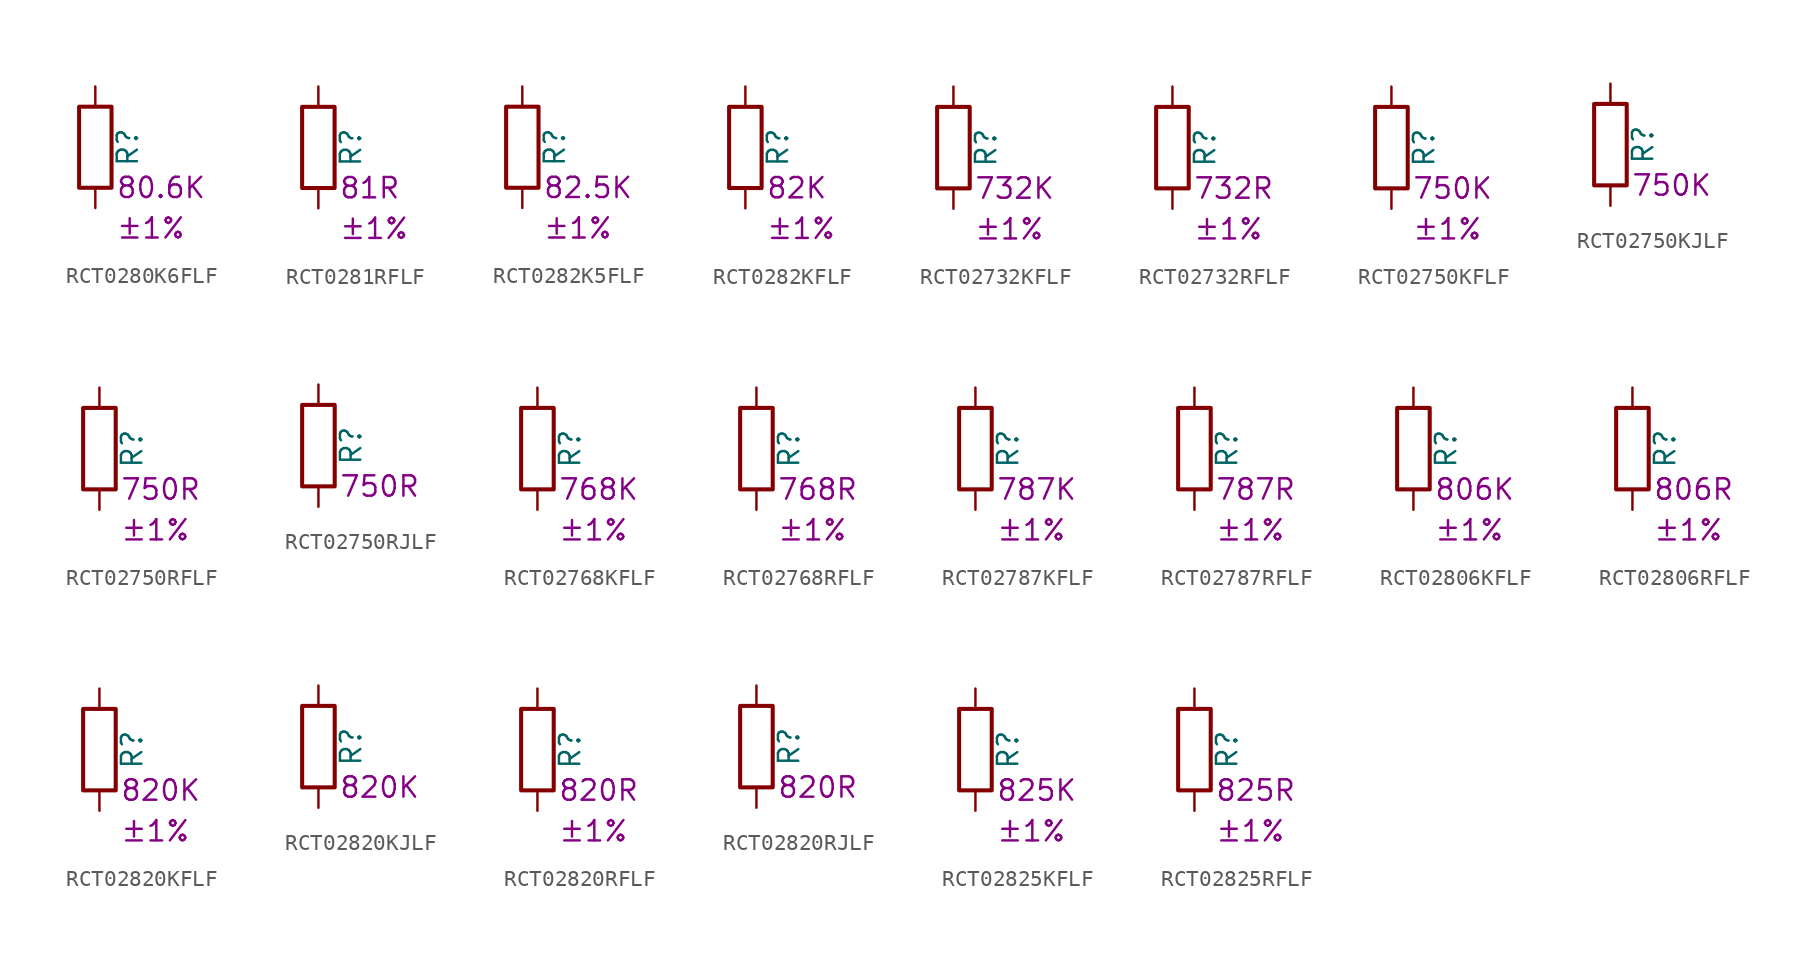
<source format=kicad_sym>
(kicad_symbol_lib
  (version 20220914)
  (generator kicad_symbol_editor)
  (symbol "RCT0280K6FLF"
    (pin_numbers hide)
    (pin_names
      (offset 0))
    (property "Reference" "R"
      (at 2.032 0 90)
      (effects (font (size 1.27 1.27))))
    (property "Resistance" "80.6K"
      (at 1.27 -2.54 0)
      (effects (font (size 1.27 1.27)) (justify left)))
    (property "Tolerance" "±1%"
      (at 1.27 -5.08 0)
      (effects (font (size 1.27 1.27)) (justify left)))
    (symbol "RCT0280K6FLF_0_1"
      (rectangle (start -1.016 -2.54) (end 1.016 2.54) (stroke (width 0.254) (type default)) (fill (type none))))
    (symbol "RCT0280K6FLF_1_1"
      (pin passive line (at 0 3.81 270) (length 1.27) (name "~" (effects (font (size 1.27 1.27)))) (number "1" (effects (font (size 1.27 1.27)))))
      (pin passive line (at 0 -3.81 90) (length 1.27) (name "~" (effects (font (size 1.27 1.27)))) (number "2" (effects (font (size 1.27 1.27)))))))
  (symbol "RCT0281RFLF"
    (pin_numbers hide)
    (pin_names
      (offset 0))
    (property "Reference" "R"
      (at 2.032 0 90)
      (effects (font (size 1.27 1.27))))
    (property "Resistance" "81R"
      (at 1.27 -2.54 0)
      (effects (font (size 1.27 1.27)) (justify left)))
    (property "Tolerance" "±1%"
      (at 1.27 -5.08 0)
      (effects (font (size 1.27 1.27)) (justify left)))
    (symbol "RCT0281RFLF_0_1"
      (rectangle (start -1.016 -2.54) (end 1.016 2.54) (stroke (width 0.254) (type default)) (fill (type none))))
    (symbol "RCT0281RFLF_1_1"
      (pin passive line (at 0 3.81 270) (length 1.27) (name "~" (effects (font (size 1.27 1.27)))) (number "1" (effects (font (size 1.27 1.27)))))
      (pin passive line (at 0 -3.81 90) (length 1.27) (name "~" (effects (font (size 1.27 1.27)))) (number "2" (effects (font (size 1.27 1.27)))))))
  (symbol "RCT0282K5FLF"
    (pin_numbers hide)
    (pin_names
      (offset 0))
    (property "Reference" "R"
      (at 2.032 0 90)
      (effects (font (size 1.27 1.27))))
    (property "Resistance" "82.5K"
      (at 1.27 -2.54 0)
      (effects (font (size 1.27 1.27)) (justify left)))
    (property "Tolerance" "±1%"
      (at 1.27 -5.08 0)
      (effects (font (size 1.27 1.27)) (justify left)))
    (symbol "RCT0282K5FLF_0_1"
      (rectangle (start -1.016 -2.54) (end 1.016 2.54) (stroke (width 0.254) (type default)) (fill (type none))))
    (symbol "RCT0282K5FLF_1_1"
      (pin passive line (at 0 3.81 270) (length 1.27) (name "~" (effects (font (size 1.27 1.27)))) (number "1" (effects (font (size 1.27 1.27)))))
      (pin passive line (at 0 -3.81 90) (length 1.27) (name "~" (effects (font (size 1.27 1.27)))) (number "2" (effects (font (size 1.27 1.27)))))))
  (symbol "RCT0282KFLF"
    (pin_numbers hide)
    (pin_names
      (offset 0))
    (property "Reference" "R"
      (at 2.032 0 90)
      (effects (font (size 1.27 1.27))))
    (property "Resistance" "82K"
      (at 1.27 -2.54 0)
      (effects (font (size 1.27 1.27)) (justify left)))
    (property "Tolerance" "±1%"
      (at 1.27 -5.08 0)
      (effects (font (size 1.27 1.27)) (justify left)))
    (symbol "RCT0282KFLF_0_1"
      (rectangle (start -1.016 -2.54) (end 1.016 2.54) (stroke (width 0.254) (type default)) (fill (type none))))
    (symbol "RCT0282KFLF_1_1"
      (pin passive line (at 0 3.81 270) (length 1.27) (name "~" (effects (font (size 1.27 1.27)))) (number "1" (effects (font (size 1.27 1.27)))))
      (pin passive line (at 0 -3.81 90) (length 1.27) (name "~" (effects (font (size 1.27 1.27)))) (number "2" (effects (font (size 1.27 1.27)))))))
  (symbol "RCT02732KFLF"
    (pin_numbers hide)
    (pin_names
      (offset 0))
    (property "Reference" "R"
      (at 2.032 0 90)
      (effects (font (size 1.27 1.27))))
    (property "Resistance" "732K"
      (at 1.27 -2.54 0)
      (effects (font (size 1.27 1.27)) (justify left)))
    (property "Tolerance" "±1%"
      (at 1.27 -5.08 0)
      (effects (font (size 1.27 1.27)) (justify left)))
    (symbol "RCT02732KFLF_0_1"
      (rectangle (start -1.016 -2.54) (end 1.016 2.54) (stroke (width 0.254) (type default)) (fill (type none))))
    (symbol "RCT02732KFLF_1_1"
      (pin passive line (at 0 3.81 270) (length 1.27) (name "~" (effects (font (size 1.27 1.27)))) (number "1" (effects (font (size 1.27 1.27)))))
      (pin passive line (at 0 -3.81 90) (length 1.27) (name "~" (effects (font (size 1.27 1.27)))) (number "2" (effects (font (size 1.27 1.27)))))))
  (symbol "RCT02732RFLF"
    (pin_numbers hide)
    (pin_names
      (offset 0))
    (property "Reference" "R"
      (at 2.032 0 90)
      (effects (font (size 1.27 1.27))))
    (property "Resistance" "732R"
      (at 1.27 -2.54 0)
      (effects (font (size 1.27 1.27)) (justify left)))
    (property "Tolerance" "±1%"
      (at 1.27 -5.08 0)
      (effects (font (size 1.27 1.27)) (justify left)))
    (symbol "RCT02732RFLF_0_1"
      (rectangle (start -1.016 -2.54) (end 1.016 2.54) (stroke (width 0.254) (type default)) (fill (type none))))
    (symbol "RCT02732RFLF_1_1"
      (pin passive line (at 0 3.81 270) (length 1.27) (name "~" (effects (font (size 1.27 1.27)))) (number "1" (effects (font (size 1.27 1.27)))))
      (pin passive line (at 0 -3.81 90) (length 1.27) (name "~" (effects (font (size 1.27 1.27)))) (number "2" (effects (font (size 1.27 1.27)))))))
  (symbol "RCT02750KFLF"
    (pin_numbers hide)
    (pin_names
      (offset 0))
    (property "Reference" "R"
      (at 2.032 0 90)
      (effects (font (size 1.27 1.27))))
    (property "Resistance" "750K"
      (at 1.27 -2.54 0)
      (effects (font (size 1.27 1.27)) (justify left)))
    (property "Tolerance" "±1%"
      (at 1.27 -5.08 0)
      (effects (font (size 1.27 1.27)) (justify left)))
    (symbol "RCT02750KFLF_0_1"
      (rectangle (start -1.016 -2.54) (end 1.016 2.54) (stroke (width 0.254) (type default)) (fill (type none))))
    (symbol "RCT02750KFLF_1_1"
      (pin passive line (at 0 3.81 270) (length 1.27) (name "~" (effects (font (size 1.27 1.27)))) (number "1" (effects (font (size 1.27 1.27)))))
      (pin passive line (at 0 -3.81 90) (length 1.27) (name "~" (effects (font (size 1.27 1.27)))) (number "2" (effects (font (size 1.27 1.27)))))))
  (symbol "RCT02750KJLF"
    (pin_numbers hide)
    (pin_names
      (offset 0))
    (property "Reference" "R"
      (at 2.032 0 90)
      (effects (font (size 1.27 1.27))))
    (property "Resistance" "750K"
      (at 1.27 -2.54 0)
      (effects (font (size 1.27 1.27)) (justify left)))
    (symbol "RCT02750KJLF_0_1"
      (rectangle (start -1.016 -2.54) (end 1.016 2.54) (stroke (width 0.254) (type default)) (fill (type none))))
    (symbol "RCT02750KJLF_1_1"
      (pin passive line (at 0 3.81 270) (length 1.27) (name "~" (effects (font (size 1.27 1.27)))) (number "1" (effects (font (size 1.27 1.27)))))
      (pin passive line (at 0 -3.81 90) (length 1.27) (name "~" (effects (font (size 1.27 1.27)))) (number "2" (effects (font (size 1.27 1.27)))))))
  (symbol "RCT02750RFLF"
    (pin_numbers hide)
    (pin_names
      (offset 0))
    (property "Reference" "R"
      (at 2.032 0 90)
      (effects (font (size 1.27 1.27))))
    (property "Resistance" "750R"
      (at 1.27 -2.54 0)
      (effects (font (size 1.27 1.27)) (justify left)))
    (property "Tolerance" "±1%"
      (at 1.27 -5.08 0)
      (effects (font (size 1.27 1.27)) (justify left)))
    (symbol "RCT02750RFLF_0_1"
      (rectangle (start -1.016 -2.54) (end 1.016 2.54) (stroke (width 0.254) (type default)) (fill (type none))))
    (symbol "RCT02750RFLF_1_1"
      (pin passive line (at 0 3.81 270) (length 1.27) (name "~" (effects (font (size 1.27 1.27)))) (number "1" (effects (font (size 1.27 1.27)))))
      (pin passive line (at 0 -3.81 90) (length 1.27) (name "~" (effects (font (size 1.27 1.27)))) (number "2" (effects (font (size 1.27 1.27)))))))
  (symbol "RCT02750RJLF"
    (pin_numbers hide)
    (pin_names
      (offset 0))
    (property "Reference" "R"
      (at 2.032 0 90)
      (effects (font (size 1.27 1.27))))
    (property "Resistance" "750R"
      (at 1.27 -2.54 0)
      (effects (font (size 1.27 1.27)) (justify left)))
    (symbol "RCT02750RJLF_0_1"
      (rectangle (start -1.016 -2.54) (end 1.016 2.54) (stroke (width 0.254) (type default)) (fill (type none))))
    (symbol "RCT02750RJLF_1_1"
      (pin passive line (at 0 3.81 270) (length 1.27) (name "~" (effects (font (size 1.27 1.27)))) (number "1" (effects (font (size 1.27 1.27)))))
      (pin passive line (at 0 -3.81 90) (length 1.27) (name "~" (effects (font (size 1.27 1.27)))) (number "2" (effects (font (size 1.27 1.27)))))))
  (symbol "RCT02768KFLF"
    (pin_numbers hide)
    (pin_names
      (offset 0))
    (property "Reference" "R"
      (at 2.032 0 90)
      (effects (font (size 1.27 1.27))))
    (property "Resistance" "768K"
      (at 1.27 -2.54 0)
      (effects (font (size 1.27 1.27)) (justify left)))
    (property "Tolerance" "±1%"
      (at 1.27 -5.08 0)
      (effects (font (size 1.27 1.27)) (justify left)))
    (symbol "RCT02768KFLF_0_1"
      (rectangle (start -1.016 -2.54) (end 1.016 2.54) (stroke (width 0.254) (type default)) (fill (type none))))
    (symbol "RCT02768KFLF_1_1"
      (pin passive line (at 0 3.81 270) (length 1.27) (name "~" (effects (font (size 1.27 1.27)))) (number "1" (effects (font (size 1.27 1.27)))))
      (pin passive line (at 0 -3.81 90) (length 1.27) (name "~" (effects (font (size 1.27 1.27)))) (number "2" (effects (font (size 1.27 1.27)))))))
  (symbol "RCT02768RFLF"
    (pin_numbers hide)
    (pin_names
      (offset 0))
    (property "Reference" "R"
      (at 2.032 0 90)
      (effects (font (size 1.27 1.27))))
    (property "Resistance" "768R"
      (at 1.27 -2.54 0)
      (effects (font (size 1.27 1.27)) (justify left)))
    (property "Tolerance" "±1%"
      (at 1.27 -5.08 0)
      (effects (font (size 1.27 1.27)) (justify left)))
    (symbol "RCT02768RFLF_0_1"
      (rectangle (start -1.016 -2.54) (end 1.016 2.54) (stroke (width 0.254) (type default)) (fill (type none))))
    (symbol "RCT02768RFLF_1_1"
      (pin passive line (at 0 3.81 270) (length 1.27) (name "~" (effects (font (size 1.27 1.27)))) (number "1" (effects (font (size 1.27 1.27)))))
      (pin passive line (at 0 -3.81 90) (length 1.27) (name "~" (effects (font (size 1.27 1.27)))) (number "2" (effects (font (size 1.27 1.27)))))))
  (symbol "RCT02787KFLF"
    (pin_numbers hide)
    (pin_names
      (offset 0))
    (property "Reference" "R"
      (at 2.032 0 90)
      (effects (font (size 1.27 1.27))))
    (property "Resistance" "787K"
      (at 1.27 -2.54 0)
      (effects (font (size 1.27 1.27)) (justify left)))
    (property "Tolerance" "±1%"
      (at 1.27 -5.08 0)
      (effects (font (size 1.27 1.27)) (justify left)))
    (symbol "RCT02787KFLF_0_1"
      (rectangle (start -1.016 -2.54) (end 1.016 2.54) (stroke (width 0.254) (type default)) (fill (type none))))
    (symbol "RCT02787KFLF_1_1"
      (pin passive line (at 0 3.81 270) (length 1.27) (name "~" (effects (font (size 1.27 1.27)))) (number "1" (effects (font (size 1.27 1.27)))))
      (pin passive line (at 0 -3.81 90) (length 1.27) (name "~" (effects (font (size 1.27 1.27)))) (number "2" (effects (font (size 1.27 1.27)))))))
  (symbol "RCT02787RFLF"
    (pin_numbers hide)
    (pin_names
      (offset 0))
    (property "Reference" "R"
      (at 2.032 0 90)
      (effects (font (size 1.27 1.27))))
    (property "Resistance" "787R"
      (at 1.27 -2.54 0)
      (effects (font (size 1.27 1.27)) (justify left)))
    (property "Tolerance" "±1%"
      (at 1.27 -5.08 0)
      (effects (font (size 1.27 1.27)) (justify left)))
    (symbol "RCT02787RFLF_0_1"
      (rectangle (start -1.016 -2.54) (end 1.016 2.54) (stroke (width 0.254) (type default)) (fill (type none))))
    (symbol "RCT02787RFLF_1_1"
      (pin passive line (at 0 3.81 270) (length 1.27) (name "~" (effects (font (size 1.27 1.27)))) (number "1" (effects (font (size 1.27 1.27)))))
      (pin passive line (at 0 -3.81 90) (length 1.27) (name "~" (effects (font (size 1.27 1.27)))) (number "2" (effects (font (size 1.27 1.27)))))))
  (symbol "RCT02806KFLF"
    (pin_numbers hide)
    (pin_names
      (offset 0))
    (property "Reference" "R"
      (at 2.032 0 90)
      (effects (font (size 1.27 1.27))))
    (property "Resistance" "806K"
      (at 1.27 -2.54 0)
      (effects (font (size 1.27 1.27)) (justify left)))
    (property "Tolerance" "±1%"
      (at 1.27 -5.08 0)
      (effects (font (size 1.27 1.27)) (justify left)))
    (symbol "RCT02806KFLF_0_1"
      (rectangle (start -1.016 -2.54) (end 1.016 2.54) (stroke (width 0.254) (type default)) (fill (type none))))
    (symbol "RCT02806KFLF_1_1"
      (pin passive line (at 0 3.81 270) (length 1.27) (name "~" (effects (font (size 1.27 1.27)))) (number "1" (effects (font (size 1.27 1.27)))))
      (pin passive line (at 0 -3.81 90) (length 1.27) (name "~" (effects (font (size 1.27 1.27)))) (number "2" (effects (font (size 1.27 1.27)))))))
  (symbol "RCT02806RFLF"
    (pin_numbers hide)
    (pin_names
      (offset 0))
    (property "Reference" "R"
      (at 2.032 0 90)
      (effects (font (size 1.27 1.27))))
    (property "Resistance" "806R"
      (at 1.27 -2.54 0)
      (effects (font (size 1.27 1.27)) (justify left)))
    (property "Tolerance" "±1%"
      (at 1.27 -5.08 0)
      (effects (font (size 1.27 1.27)) (justify left)))
    (symbol "RCT02806RFLF_0_1"
      (rectangle (start -1.016 -2.54) (end 1.016 2.54) (stroke (width 0.254) (type default)) (fill (type none))))
    (symbol "RCT02806RFLF_1_1"
      (pin passive line (at 0 3.81 270) (length 1.27) (name "~" (effects (font (size 1.27 1.27)))) (number "1" (effects (font (size 1.27 1.27)))))
      (pin passive line (at 0 -3.81 90) (length 1.27) (name "~" (effects (font (size 1.27 1.27)))) (number "2" (effects (font (size 1.27 1.27)))))))
  (symbol "RCT02820KFLF"
    (pin_numbers hide)
    (pin_names
      (offset 0))
    (property "Reference" "R"
      (at 2.032 0 90)
      (effects (font (size 1.27 1.27))))
    (property "Resistance" "820K"
      (at 1.27 -2.54 0)
      (effects (font (size 1.27 1.27)) (justify left)))
    (property "Tolerance" "±1%"
      (at 1.27 -5.08 0)
      (effects (font (size 1.27 1.27)) (justify left)))
    (symbol "RCT02820KFLF_0_1"
      (rectangle (start -1.016 -2.54) (end 1.016 2.54) (stroke (width 0.254) (type default)) (fill (type none))))
    (symbol "RCT02820KFLF_1_1"
      (pin passive line (at 0 3.81 270) (length 1.27) (name "~" (effects (font (size 1.27 1.27)))) (number "1" (effects (font (size 1.27 1.27)))))
      (pin passive line (at 0 -3.81 90) (length 1.27) (name "~" (effects (font (size 1.27 1.27)))) (number "2" (effects (font (size 1.27 1.27)))))))
  (symbol "RCT02820KJLF"
    (pin_numbers hide)
    (pin_names
      (offset 0))
    (property "Reference" "R"
      (at 2.032 0 90)
      (effects (font (size 1.27 1.27))))
    (property "Resistance" "820K"
      (at 1.27 -2.54 0)
      (effects (font (size 1.27 1.27)) (justify left)))
    (symbol "RCT02820KJLF_0_1"
      (rectangle (start -1.016 -2.54) (end 1.016 2.54) (stroke (width 0.254) (type default)) (fill (type none))))
    (symbol "RCT02820KJLF_1_1"
      (pin passive line (at 0 3.81 270) (length 1.27) (name "~" (effects (font (size 1.27 1.27)))) (number "1" (effects (font (size 1.27 1.27)))))
      (pin passive line (at 0 -3.81 90) (length 1.27) (name "~" (effects (font (size 1.27 1.27)))) (number "2" (effects (font (size 1.27 1.27)))))))
  (symbol "RCT02820RFLF"
    (pin_numbers hide)
    (pin_names
      (offset 0))
    (property "Reference" "R"
      (at 2.032 0 90)
      (effects (font (size 1.27 1.27))))
    (property "Resistance" "820R"
      (at 1.27 -2.54 0)
      (effects (font (size 1.27 1.27)) (justify left)))
    (property "Tolerance" "±1%"
      (at 1.27 -5.08 0)
      (effects (font (size 1.27 1.27)) (justify left)))
    (symbol "RCT02820RFLF_0_1"
      (rectangle (start -1.016 -2.54) (end 1.016 2.54) (stroke (width 0.254) (type default)) (fill (type none))))
    (symbol "RCT02820RFLF_1_1"
      (pin passive line (at 0 3.81 270) (length 1.27) (name "~" (effects (font (size 1.27 1.27)))) (number "1" (effects (font (size 1.27 1.27)))))
      (pin passive line (at 0 -3.81 90) (length 1.27) (name "~" (effects (font (size 1.27 1.27)))) (number "2" (effects (font (size 1.27 1.27)))))))
  (symbol "RCT02820RJLF"
    (pin_numbers hide)
    (pin_names
      (offset 0))
    (property "Reference" "R"
      (at 2.032 0 90)
      (effects (font (size 1.27 1.27))))
    (property "Resistance" "820R"
      (at 1.27 -2.54 0)
      (effects (font (size 1.27 1.27)) (justify left)))
    (symbol "RCT02820RJLF_0_1"
      (rectangle (start -1.016 -2.54) (end 1.016 2.54) (stroke (width 0.254) (type default)) (fill (type none))))
    (symbol "RCT02820RJLF_1_1"
      (pin passive line (at 0 3.81 270) (length 1.27) (name "~" (effects (font (size 1.27 1.27)))) (number "1" (effects (font (size 1.27 1.27)))))
      (pin passive line (at 0 -3.81 90) (length 1.27) (name "~" (effects (font (size 1.27 1.27)))) (number "2" (effects (font (size 1.27 1.27)))))))
  (symbol "RCT02825KFLF"
    (pin_numbers hide)
    (pin_names
      (offset 0))
    (property "Reference" "R"
      (at 2.032 0 90)
      (effects (font (size 1.27 1.27))))
    (property "Resistance" "825K"
      (at 1.27 -2.54 0)
      (effects (font (size 1.27 1.27)) (justify left)))
    (property "Tolerance" "±1%"
      (at 1.27 -5.08 0)
      (effects (font (size 1.27 1.27)) (justify left)))
    (symbol "RCT02825KFLF_0_1"
      (rectangle (start -1.016 -2.54) (end 1.016 2.54) (stroke (width 0.254) (type default)) (fill (type none))))
    (symbol "RCT02825KFLF_1_1"
      (pin passive line (at 0 3.81 270) (length 1.27) (name "~" (effects (font (size 1.27 1.27)))) (number "1" (effects (font (size 1.27 1.27)))))
      (pin passive line (at 0 -3.81 90) (length 1.27) (name "~" (effects (font (size 1.27 1.27)))) (number "2" (effects (font (size 1.27 1.27)))))))
  (symbol "RCT02825RFLF"
    (pin_numbers hide)
    (pin_names
      (offset 0))
    (property "Reference" "R"
      (at 2.032 0 90)
      (effects (font (size 1.27 1.27))))
    (property "Resistance" "825R"
      (at 1.27 -2.54 0)
      (effects (font (size 1.27 1.27)) (justify left)))
    (property "Tolerance" "±1%"
      (at 1.27 -5.08 0)
      (effects (font (size 1.27 1.27)) (justify left)))
    (symbol "RCT02825RFLF_0_1"
      (rectangle (start -1.016 -2.54) (end 1.016 2.54) (stroke (width 0.254) (type default)) (fill (type none))))
    (symbol "RCT02825RFLF_1_1"
      (pin passive line (at 0 3.81 270) (length 1.27) (name "~" (effects (font (size 1.27 1.27)))) (number "1" (effects (font (size 1.27 1.27)))))
      (pin passive line (at 0 -3.81 90) (length 1.27) (name "~" (effects (font (size 1.27 1.27)))) (number "2" (effects (font (size 1.27 1.27))))))))
</source>
